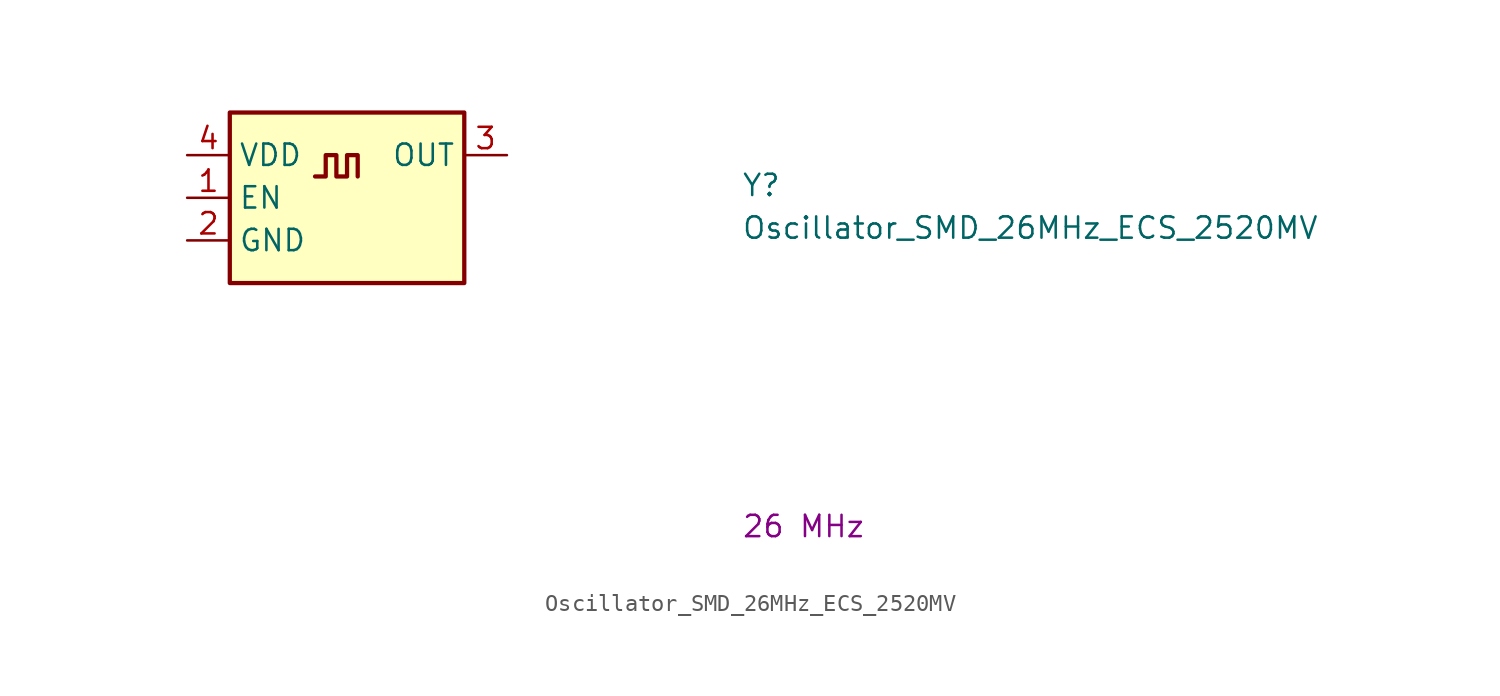
<source format=kicad_sym>
(kicad_symbol_lib
  (version 20211014)
  (generator kicad_symbol_editor)
  (symbol "Oscillator_SMD_26MHz_ECS_2520MV"
    (property "Reference" "Y"
      (at 33.02 -2.54 0)
      (effects (font (size 1.27 1.27) (thickness 0.15)) (justify left bottom)))
    (property "Value" "Oscillator_SMD_26MHz_ECS_2520MV"
      (at 33.02 -5.08 0)
      (effects (font (size 1.27 1.27) (thickness 0.15)) (justify left bottom)))
    (property "VAL" "26 MHz"
      (at 33.02 -22.86 0)
      (effects (font (size 1.27 1.27) (thickness 0.15)) (justify left bottom)))
    (symbol "Oscillator_SMD_26MHz_ECS_2520MV_1_1"
      (polyline (pts (xy 7.62 -1.27) (xy 8.255 -1.27) (xy 8.255 0) (xy 8.89 0) (xy 8.89 -1.27) (xy 9.525 -1.27) (xy 9.525 0) (xy 10.16 0) (xy 10.16 -1.27)) (stroke (width 0.254) (type default) (color 0 0 0 0)) (fill (type background)))
      (rectangle (start 2.54 2.54) (end 16.51 -7.62) (stroke (width 0.254) (type default) (color 0 0 0 0)) (fill (type background)))
      (pin input line (at 0 -2.54 0) (length 2.54) (name "EN" (effects (font (size 1.27 1.27)))) (number "1" (effects (font (size 1.27 1.27)))))
      (pin power_in line (at 0 -5.08 0) (length 2.54) (name "GND" (effects (font (size 1.27 1.27)))) (number "2" (effects (font (size 1.27 1.27)))))
      (pin output line (at 19.05 0 180) (length 2.54) (name "OUT" (effects (font (size 1.27 1.27)))) (number "3" (effects (font (size 1.27 1.27)))))
      (pin power_in line (at 0 0 0) (length 2.54) (name "VDD" (effects (font (size 1.27 1.27)))) (number "4" (effects (font (size 1.27 1.27))))))))
</source>
